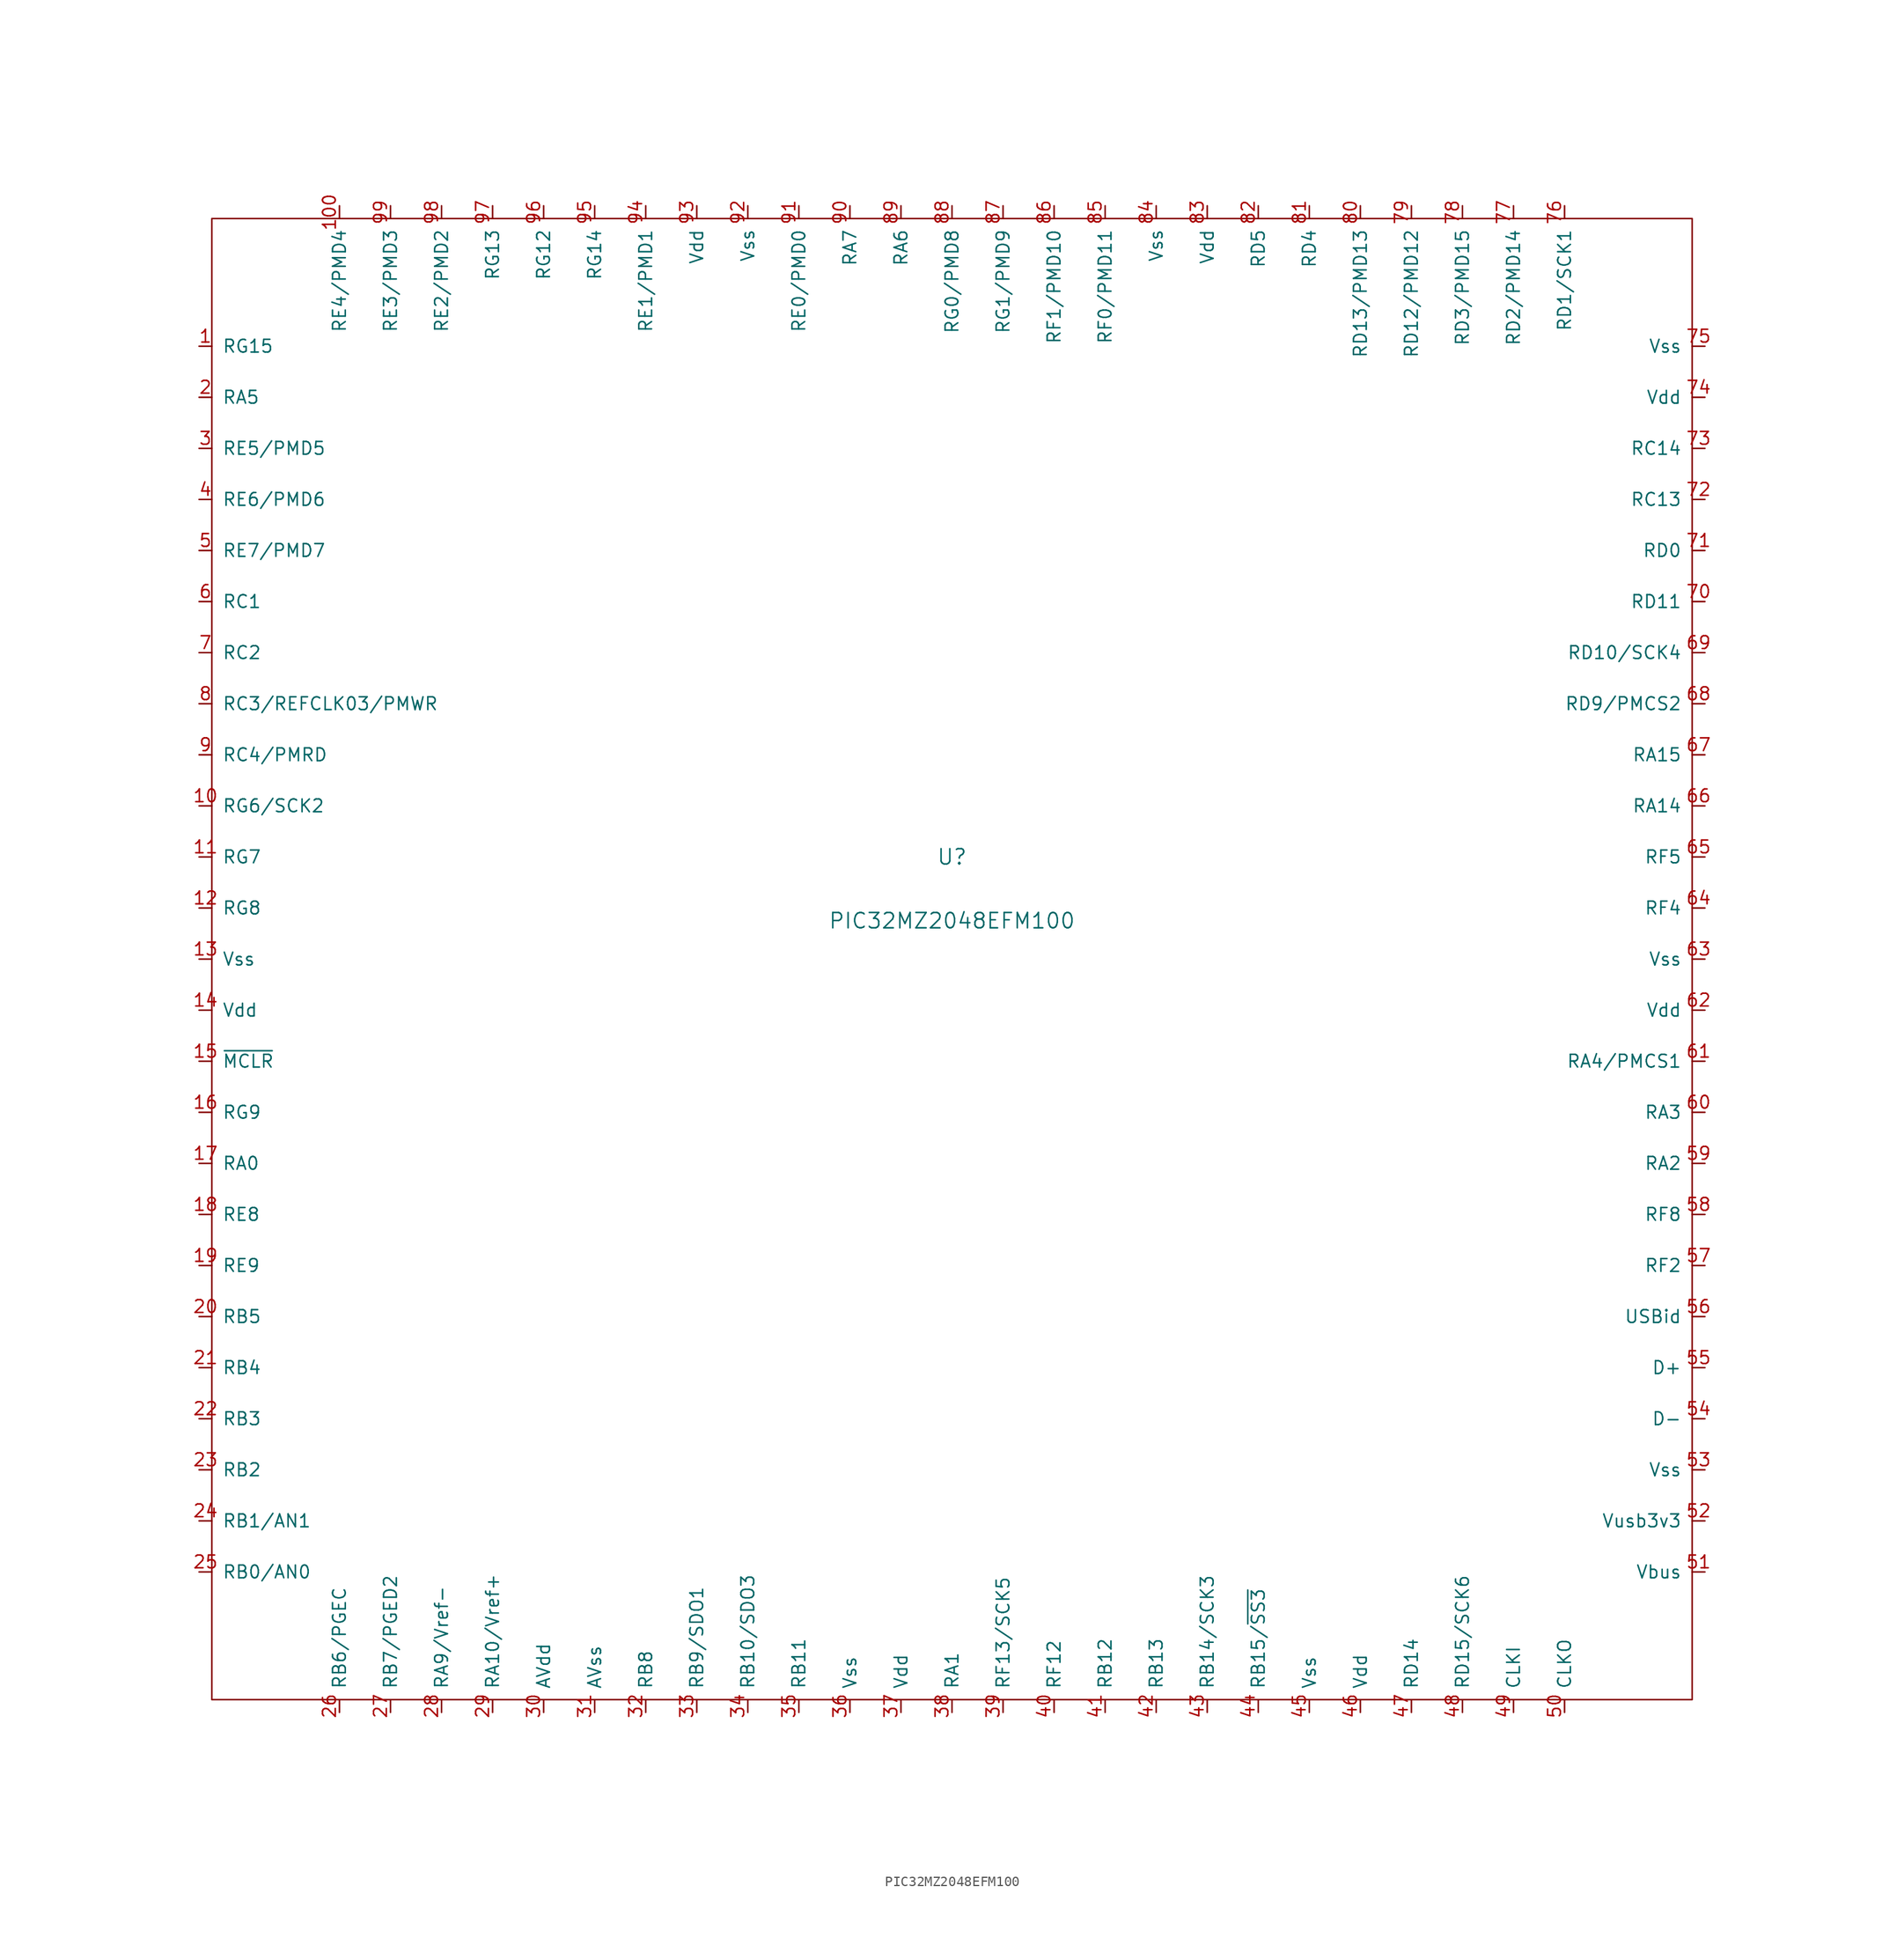
<source format=kicad_sym>
(kicad_symbol_lib
  (version 20211014)
  (generator kicad_symbol_editor)
  (symbol "PIC32MZ2048EFM100"
    (pin_names
      (offset 1.016))
    (property "Reference" "U"
      (at 0 6.35 0)
      (effects (font (size 1.524 1.524))))
    (property "Value" "PIC32MZ2048EFM100"
      (at 0 0 0)
      (effects (font (size 1.524 1.524))))
    (symbol "PIC32MZ2048EFM100_0_1"
      (rectangle (start -73.66 69.85) (end 73.66 -77.47) (stroke (width 0) (type default) (color 0 0 0 0)) (fill (type none))))
    (symbol "PIC32MZ2048EFM100_1_1"
      (pin bidirectional line (at -74.93 57.15 0) (length 1.27) (name "RG15" (effects (font (size 1.27 1.27)))) (number "1" (effects (font (size 1.27 1.27)))))
      (pin bidirectional line (at -74.93 11.43 0) (length 1.27) (name "RG6/SCK2" (effects (font (size 1.27 1.27)))) (number "10" (effects (font (size 1.27 1.27)))))
      (pin bidirectional line (at -60.96 71.12 270) (length 1.27) (name "RE4/PMD4" (effects (font (size 1.27 1.27)))) (number "100" (effects (font (size 1.27 1.27)))))
      (pin bidirectional line (at -74.93 6.35 0) (length 1.27) (name "RG7" (effects (font (size 1.27 1.27)))) (number "11" (effects (font (size 1.27 1.27)))))
      (pin bidirectional line (at -74.93 1.27 0) (length 1.27) (name "RG8" (effects (font (size 1.27 1.27)))) (number "12" (effects (font (size 1.27 1.27)))))
      (pin bidirectional line (at -74.93 -3.81 0) (length 1.27) (name "Vss" (effects (font (size 1.27 1.27)))) (number "13" (effects (font (size 1.27 1.27)))))
      (pin bidirectional line (at -74.93 -8.89 0) (length 1.27) (name "Vdd" (effects (font (size 1.27 1.27)))) (number "14" (effects (font (size 1.27 1.27)))))
      (pin bidirectional line (at -74.93 -13.97 0) (length 1.27) (name "~{MCLR}" (effects (font (size 1.27 1.27)))) (number "15" (effects (font (size 1.27 1.27)))))
      (pin bidirectional line (at -74.93 -19.05 0) (length 1.27) (name "RG9" (effects (font (size 1.27 1.27)))) (number "16" (effects (font (size 1.27 1.27)))))
      (pin bidirectional line (at -74.93 -24.13 0) (length 1.27) (name "RA0" (effects (font (size 1.27 1.27)))) (number "17" (effects (font (size 1.27 1.27)))))
      (pin bidirectional line (at -74.93 -29.21 0) (length 1.27) (name "RE8" (effects (font (size 1.27 1.27)))) (number "18" (effects (font (size 1.27 1.27)))))
      (pin bidirectional line (at -74.93 -34.29 0) (length 1.27) (name "RE9" (effects (font (size 1.27 1.27)))) (number "19" (effects (font (size 1.27 1.27)))))
      (pin bidirectional line (at -74.93 52.07 0) (length 1.27) (name "RA5" (effects (font (size 1.27 1.27)))) (number "2" (effects (font (size 1.27 1.27)))))
      (pin bidirectional line (at -74.93 -39.37 0) (length 1.27) (name "RB5" (effects (font (size 1.27 1.27)))) (number "20" (effects (font (size 1.27 1.27)))))
      (pin bidirectional line (at -74.93 -44.45 0) (length 1.27) (name "RB4" (effects (font (size 1.27 1.27)))) (number "21" (effects (font (size 1.27 1.27)))))
      (pin bidirectional line (at -74.93 -49.53 0) (length 1.27) (name "RB3" (effects (font (size 1.27 1.27)))) (number "22" (effects (font (size 1.27 1.27)))))
      (pin bidirectional line (at -74.93 -54.61 0) (length 1.27) (name "RB2" (effects (font (size 1.27 1.27)))) (number "23" (effects (font (size 1.27 1.27)))))
      (pin bidirectional line (at -74.93 -59.69 0) (length 1.27) (name "RB1/AN1" (effects (font (size 1.27 1.27)))) (number "24" (effects (font (size 1.27 1.27)))))
      (pin bidirectional line (at -74.93 -64.77 0) (length 1.27) (name "RB0/AN0" (effects (font (size 1.27 1.27)))) (number "25" (effects (font (size 1.27 1.27)))))
      (pin bidirectional line (at -60.96 -78.74 90) (length 1.27) (name "RB6/PGEC" (effects (font (size 1.27 1.27)))) (number "26" (effects (font (size 1.27 1.27)))))
      (pin bidirectional line (at -55.88 -78.74 90) (length 1.27) (name "RB7/PGED2" (effects (font (size 1.27 1.27)))) (number "27" (effects (font (size 1.27 1.27)))))
      (pin bidirectional line (at -50.8 -78.74 90) (length 1.27) (name "RA9/Vref-" (effects (font (size 1.27 1.27)))) (number "28" (effects (font (size 1.27 1.27)))))
      (pin bidirectional line (at -45.72 -78.74 90) (length 1.27) (name "RA10/Vref+" (effects (font (size 1.27 1.27)))) (number "29" (effects (font (size 1.27 1.27)))))
      (pin bidirectional line (at -74.93 46.99 0) (length 1.27) (name "RE5/PMD5" (effects (font (size 1.27 1.27)))) (number "3" (effects (font (size 1.27 1.27)))))
      (pin bidirectional line (at -40.64 -78.74 90) (length 1.27) (name "AVdd" (effects (font (size 1.27 1.27)))) (number "30" (effects (font (size 1.27 1.27)))))
      (pin bidirectional line (at -35.56 -78.74 90) (length 1.27) (name "AVss" (effects (font (size 1.27 1.27)))) (number "31" (effects (font (size 1.27 1.27)))))
      (pin bidirectional line (at -30.48 -78.74 90) (length 1.27) (name "RB8" (effects (font (size 1.27 1.27)))) (number "32" (effects (font (size 1.27 1.27)))))
      (pin bidirectional line (at -25.4 -78.74 90) (length 1.27) (name "RB9/SDO1" (effects (font (size 1.27 1.27)))) (number "33" (effects (font (size 1.27 1.27)))))
      (pin bidirectional line (at -20.32 -78.74 90) (length 1.27) (name "RB10/SDO3" (effects (font (size 1.27 1.27)))) (number "34" (effects (font (size 1.27 1.27)))))
      (pin bidirectional line (at -15.24 -78.74 90) (length 1.27) (name "RB11" (effects (font (size 1.27 1.27)))) (number "35" (effects (font (size 1.27 1.27)))))
      (pin bidirectional line (at -10.16 -78.74 90) (length 1.27) (name "Vss" (effects (font (size 1.27 1.27)))) (number "36" (effects (font (size 1.27 1.27)))))
      (pin bidirectional line (at -5.08 -78.74 90) (length 1.27) (name "Vdd" (effects (font (size 1.27 1.27)))) (number "37" (effects (font (size 1.27 1.27)))))
      (pin bidirectional line (at 0 -78.74 90) (length 1.27) (name "RA1" (effects (font (size 1.27 1.27)))) (number "38" (effects (font (size 1.27 1.27)))))
      (pin bidirectional line (at 5.08 -78.74 90) (length 1.27) (name "RF13/SCK5" (effects (font (size 1.27 1.27)))) (number "39" (effects (font (size 1.27 1.27)))))
      (pin bidirectional line (at -74.93 41.91 0) (length 1.27) (name "RE6/PMD6" (effects (font (size 1.27 1.27)))) (number "4" (effects (font (size 1.27 1.27)))))
      (pin bidirectional line (at 10.16 -78.74 90) (length 1.27) (name "RF12" (effects (font (size 1.27 1.27)))) (number "40" (effects (font (size 1.27 1.27)))))
      (pin bidirectional line (at 15.24 -78.74 90) (length 1.27) (name "RB12" (effects (font (size 1.27 1.27)))) (number "41" (effects (font (size 1.27 1.27)))))
      (pin bidirectional line (at 20.32 -78.74 90) (length 1.27) (name "RB13" (effects (font (size 1.27 1.27)))) (number "42" (effects (font (size 1.27 1.27)))))
      (pin bidirectional line (at 25.4 -78.74 90) (length 1.27) (name "RB14/SCK3" (effects (font (size 1.27 1.27)))) (number "43" (effects (font (size 1.27 1.27)))))
      (pin bidirectional line (at 30.48 -78.74 90) (length 1.27) (name "RB15/~{SS3}" (effects (font (size 1.27 1.27)))) (number "44" (effects (font (size 1.27 1.27)))))
      (pin bidirectional line (at 35.56 -78.74 90) (length 1.27) (name "Vss" (effects (font (size 1.27 1.27)))) (number "45" (effects (font (size 1.27 1.27)))))
      (pin bidirectional line (at 40.64 -78.74 90) (length 1.27) (name "Vdd" (effects (font (size 1.27 1.27)))) (number "46" (effects (font (size 1.27 1.27)))))
      (pin bidirectional line (at 45.72 -78.74 90) (length 1.27) (name "RD14" (effects (font (size 1.27 1.27)))) (number "47" (effects (font (size 1.27 1.27)))))
      (pin bidirectional line (at 50.8 -78.74 90) (length 1.27) (name "RD15/SCK6" (effects (font (size 1.27 1.27)))) (number "48" (effects (font (size 1.27 1.27)))))
      (pin bidirectional line (at 55.88 -78.74 90) (length 1.27) (name "CLKI" (effects (font (size 1.27 1.27)))) (number "49" (effects (font (size 1.27 1.27)))))
      (pin bidirectional line (at -74.93 36.83 0) (length 1.27) (name "RE7/PMD7" (effects (font (size 1.27 1.27)))) (number "5" (effects (font (size 1.27 1.27)))))
      (pin bidirectional line (at 60.96 -78.74 90) (length 1.27) (name "CLKO" (effects (font (size 1.27 1.27)))) (number "50" (effects (font (size 1.27 1.27)))))
      (pin bidirectional line (at 74.93 -64.77 180) (length 1.27) (name "Vbus" (effects (font (size 1.27 1.27)))) (number "51" (effects (font (size 1.27 1.27)))))
      (pin bidirectional line (at 74.93 -59.69 180) (length 1.27) (name "Vusb3v3" (effects (font (size 1.27 1.27)))) (number "52" (effects (font (size 1.27 1.27)))))
      (pin bidirectional line (at 74.93 -54.61 180) (length 1.27) (name "Vss" (effects (font (size 1.27 1.27)))) (number "53" (effects (font (size 1.27 1.27)))))
      (pin bidirectional line (at 74.93 -49.53 180) (length 1.27) (name "D-" (effects (font (size 1.27 1.27)))) (number "54" (effects (font (size 1.27 1.27)))))
      (pin bidirectional line (at 74.93 -44.45 180) (length 1.27) (name "D+" (effects (font (size 1.27 1.27)))) (number "55" (effects (font (size 1.27 1.27)))))
      (pin bidirectional line (at 74.93 -39.37 180) (length 1.27) (name "USBid" (effects (font (size 1.27 1.27)))) (number "56" (effects (font (size 1.27 1.27)))))
      (pin bidirectional line (at 74.93 -34.29 180) (length 1.27) (name "RF2" (effects (font (size 1.27 1.27)))) (number "57" (effects (font (size 1.27 1.27)))))
      (pin bidirectional line (at 74.93 -29.21 180) (length 1.27) (name "RF8" (effects (font (size 1.27 1.27)))) (number "58" (effects (font (size 1.27 1.27)))))
      (pin bidirectional line (at 74.93 -24.13 180) (length 1.27) (name "RA2" (effects (font (size 1.27 1.27)))) (number "59" (effects (font (size 1.27 1.27)))))
      (pin bidirectional line (at -74.93 31.75 0) (length 1.27) (name "RC1" (effects (font (size 1.27 1.27)))) (number "6" (effects (font (size 1.27 1.27)))))
      (pin bidirectional line (at 74.93 -19.05 180) (length 1.27) (name "RA3" (effects (font (size 1.27 1.27)))) (number "60" (effects (font (size 1.27 1.27)))))
      (pin bidirectional line (at 74.93 -13.97 180) (length 1.27) (name "RA4/PMCS1" (effects (font (size 1.27 1.27)))) (number "61" (effects (font (size 1.27 1.27)))))
      (pin bidirectional line (at 74.93 -8.89 180) (length 1.27) (name "Vdd" (effects (font (size 1.27 1.27)))) (number "62" (effects (font (size 1.27 1.27)))))
      (pin bidirectional line (at 74.93 -3.81 180) (length 1.27) (name "Vss" (effects (font (size 1.27 1.27)))) (number "63" (effects (font (size 1.27 1.27)))))
      (pin bidirectional line (at 74.93 1.27 180) (length 1.27) (name "RF4" (effects (font (size 1.27 1.27)))) (number "64" (effects (font (size 1.27 1.27)))))
      (pin bidirectional line (at 74.93 6.35 180) (length 1.27) (name "RF5" (effects (font (size 1.27 1.27)))) (number "65" (effects (font (size 1.27 1.27)))))
      (pin bidirectional line (at 74.93 11.43 180) (length 1.27) (name "RA14" (effects (font (size 1.27 1.27)))) (number "66" (effects (font (size 1.27 1.27)))))
      (pin bidirectional line (at 74.93 16.51 180) (length 1.27) (name "RA15" (effects (font (size 1.27 1.27)))) (number "67" (effects (font (size 1.27 1.27)))))
      (pin bidirectional line (at 74.93 21.59 180) (length 1.27) (name "RD9/PMCS2" (effects (font (size 1.27 1.27)))) (number "68" (effects (font (size 1.27 1.27)))))
      (pin bidirectional line (at 74.93 26.67 180) (length 1.27) (name "RD10/SCK4" (effects (font (size 1.27 1.27)))) (number "69" (effects (font (size 1.27 1.27)))))
      (pin bidirectional line (at -74.93 26.67 0) (length 1.27) (name "RC2" (effects (font (size 1.27 1.27)))) (number "7" (effects (font (size 1.27 1.27)))))
      (pin bidirectional line (at 74.93 31.75 180) (length 1.27) (name "RD11" (effects (font (size 1.27 1.27)))) (number "70" (effects (font (size 1.27 1.27)))))
      (pin bidirectional line (at 74.93 36.83 180) (length 1.27) (name "RD0" (effects (font (size 1.27 1.27)))) (number "71" (effects (font (size 1.27 1.27)))))
      (pin bidirectional line (at 74.93 41.91 180) (length 1.27) (name "RC13" (effects (font (size 1.27 1.27)))) (number "72" (effects (font (size 1.27 1.27)))))
      (pin bidirectional line (at 74.93 46.99 180) (length 1.27) (name "RC14" (effects (font (size 1.27 1.27)))) (number "73" (effects (font (size 1.27 1.27)))))
      (pin bidirectional line (at 74.93 52.07 180) (length 1.27) (name "Vdd" (effects (font (size 1.27 1.27)))) (number "74" (effects (font (size 1.27 1.27)))))
      (pin bidirectional line (at 74.93 57.15 180) (length 1.27) (name "Vss" (effects (font (size 1.27 1.27)))) (number "75" (effects (font (size 1.27 1.27)))))
      (pin bidirectional line (at 60.96 71.12 270) (length 1.27) (name "RD1/SCK1" (effects (font (size 1.27 1.27)))) (number "76" (effects (font (size 1.27 1.27)))))
      (pin bidirectional line (at 55.88 71.12 270) (length 1.27) (name "RD2/PMD14" (effects (font (size 1.27 1.27)))) (number "77" (effects (font (size 1.27 1.27)))))
      (pin bidirectional line (at 50.8 71.12 270) (length 1.27) (name "RD3/PMD15" (effects (font (size 1.27 1.27)))) (number "78" (effects (font (size 1.27 1.27)))))
      (pin bidirectional line (at 45.72 71.12 270) (length 1.27) (name "RD12/PMD12" (effects (font (size 1.27 1.27)))) (number "79" (effects (font (size 1.27 1.27)))))
      (pin bidirectional line (at -74.93 21.59 0) (length 1.27) (name "RC3/REFCLK03/PMWR" (effects (font (size 1.27 1.27)))) (number "8" (effects (font (size 1.27 1.27)))))
      (pin bidirectional line (at 40.64 71.12 270) (length 1.27) (name "RD13/PMD13" (effects (font (size 1.27 1.27)))) (number "80" (effects (font (size 1.27 1.27)))))
      (pin bidirectional line (at 35.56 71.12 270) (length 1.27) (name "RD4" (effects (font (size 1.27 1.27)))) (number "81" (effects (font (size 1.27 1.27)))))
      (pin bidirectional line (at 30.48 71.12 270) (length 1.27) (name "RD5" (effects (font (size 1.27 1.27)))) (number "82" (effects (font (size 1.27 1.27)))))
      (pin bidirectional line (at 25.4 71.12 270) (length 1.27) (name "Vdd" (effects (font (size 1.27 1.27)))) (number "83" (effects (font (size 1.27 1.27)))))
      (pin bidirectional line (at 20.32 71.12 270) (length 1.27) (name "Vss" (effects (font (size 1.27 1.27)))) (number "84" (effects (font (size 1.27 1.27)))))
      (pin bidirectional line (at 15.24 71.12 270) (length 1.27) (name "RF0/PMD11" (effects (font (size 1.27 1.27)))) (number "85" (effects (font (size 1.27 1.27)))))
      (pin bidirectional line (at 10.16 71.12 270) (length 1.27) (name "RF1/PMD10" (effects (font (size 1.27 1.27)))) (number "86" (effects (font (size 1.27 1.27)))))
      (pin bidirectional line (at 5.08 71.12 270) (length 1.27) (name "RG1/PMD9" (effects (font (size 1.27 1.27)))) (number "87" (effects (font (size 1.27 1.27)))))
      (pin bidirectional line (at 0 71.12 270) (length 1.27) (name "RG0/PMD8" (effects (font (size 1.27 1.27)))) (number "88" (effects (font (size 1.27 1.27)))))
      (pin bidirectional line (at -5.08 71.12 270) (length 1.27) (name "RA6" (effects (font (size 1.27 1.27)))) (number "89" (effects (font (size 1.27 1.27)))))
      (pin bidirectional line (at -74.93 16.51 0) (length 1.27) (name "RC4/PMRD" (effects (font (size 1.27 1.27)))) (number "9" (effects (font (size 1.27 1.27)))))
      (pin bidirectional line (at -10.16 71.12 270) (length 1.27) (name "RA7" (effects (font (size 1.27 1.27)))) (number "90" (effects (font (size 1.27 1.27)))))
      (pin bidirectional line (at -15.24 71.12 270) (length 1.27) (name "RE0/PMD0" (effects (font (size 1.27 1.27)))) (number "91" (effects (font (size 1.27 1.27)))))
      (pin bidirectional line (at -20.32 71.12 270) (length 1.27) (name "Vss" (effects (font (size 1.27 1.27)))) (number "92" (effects (font (size 1.27 1.27)))))
      (pin bidirectional line (at -25.4 71.12 270) (length 1.27) (name "Vdd" (effects (font (size 1.27 1.27)))) (number "93" (effects (font (size 1.27 1.27)))))
      (pin bidirectional line (at -30.48 71.12 270) (length 1.27) (name "RE1/PMD1" (effects (font (size 1.27 1.27)))) (number "94" (effects (font (size 1.27 1.27)))))
      (pin bidirectional line (at -35.56 71.12 270) (length 1.27) (name "RG14" (effects (font (size 1.27 1.27)))) (number "95" (effects (font (size 1.27 1.27)))))
      (pin bidirectional line (at -40.64 71.12 270) (length 1.27) (name "RG12" (effects (font (size 1.27 1.27)))) (number "96" (effects (font (size 1.27 1.27)))))
      (pin bidirectional line (at -45.72 71.12 270) (length 1.27) (name "RG13" (effects (font (size 1.27 1.27)))) (number "97" (effects (font (size 1.27 1.27)))))
      (pin bidirectional line (at -50.8 71.12 270) (length 1.27) (name "RE2/PMD2" (effects (font (size 1.27 1.27)))) (number "98" (effects (font (size 1.27 1.27)))))
      (pin bidirectional line (at -55.88 71.12 270) (length 1.27) (name "RE3/PMD3" (effects (font (size 1.27 1.27)))) (number "99" (effects (font (size 1.27 1.27))))))))
</source>
